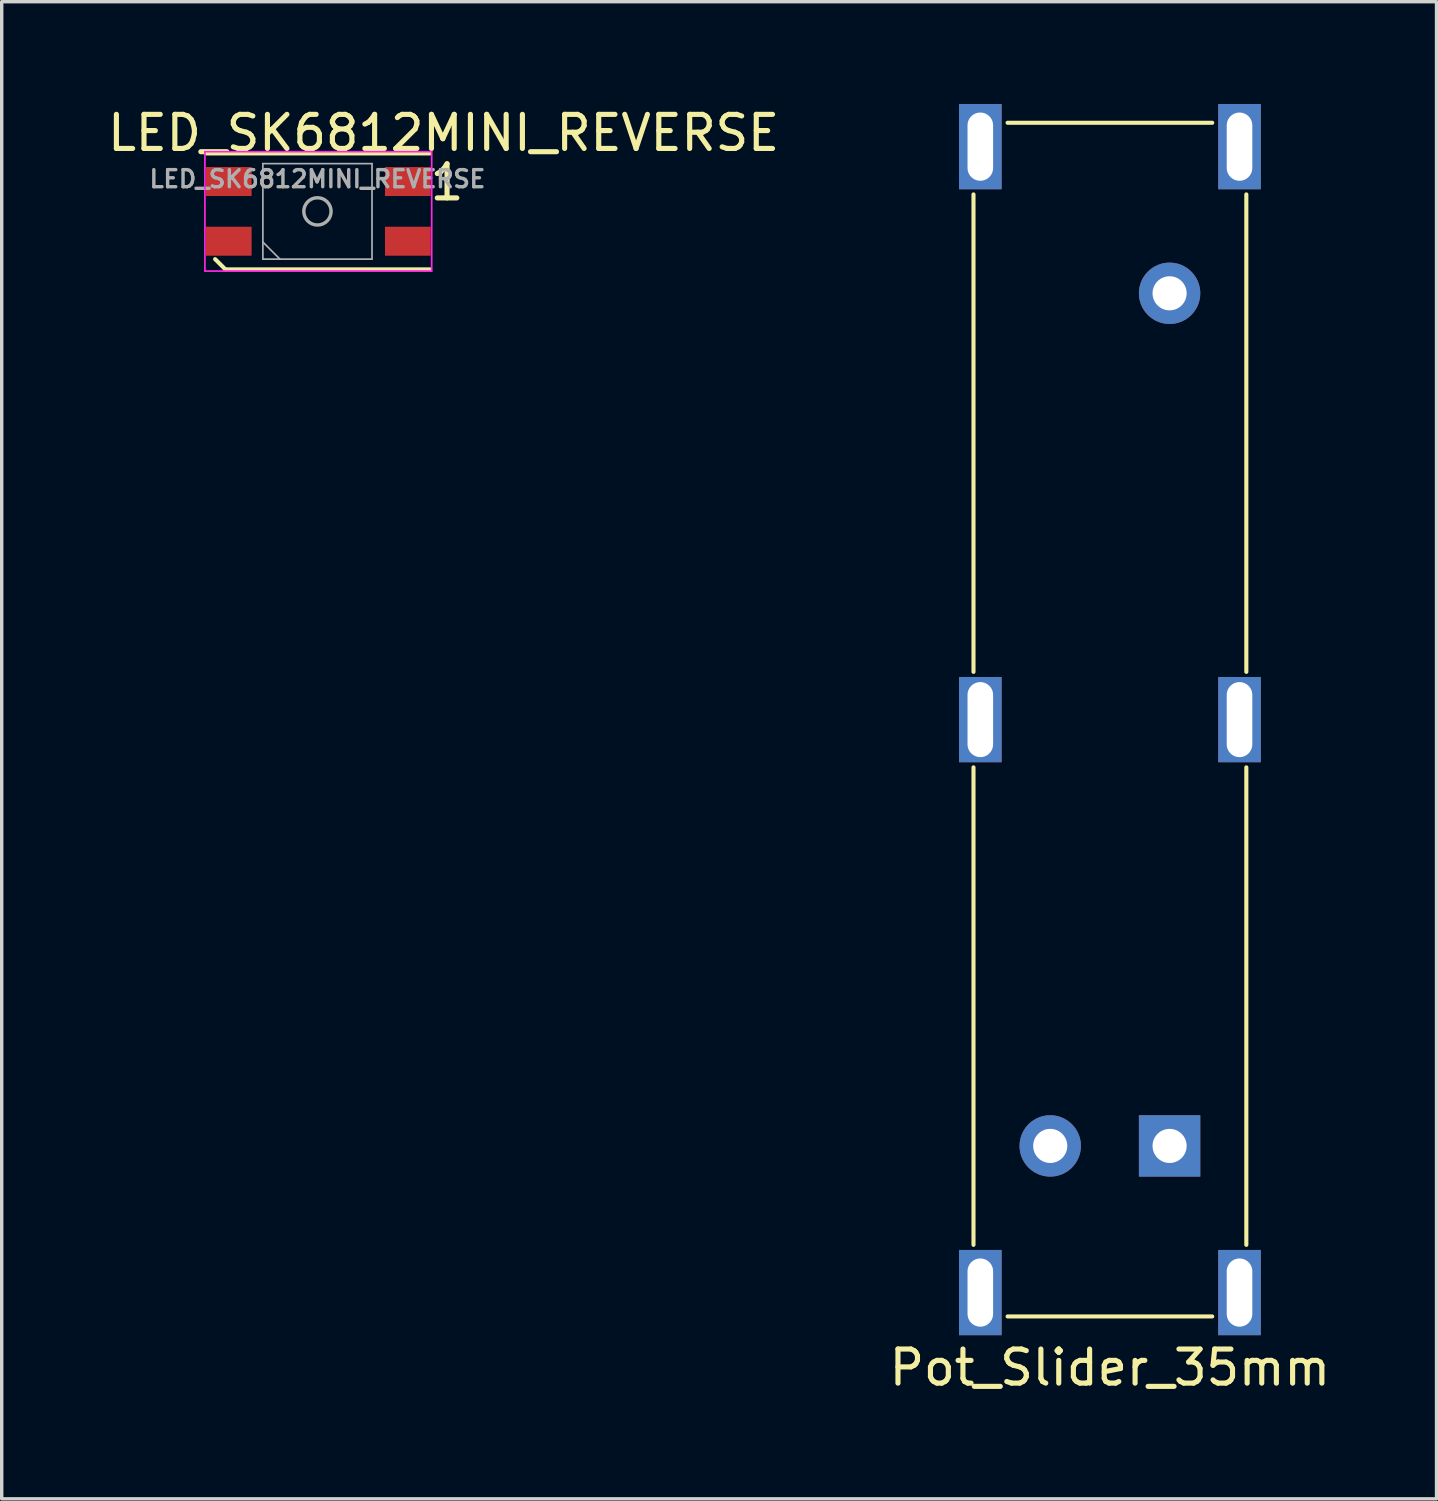
<source format=kicad_pcb>
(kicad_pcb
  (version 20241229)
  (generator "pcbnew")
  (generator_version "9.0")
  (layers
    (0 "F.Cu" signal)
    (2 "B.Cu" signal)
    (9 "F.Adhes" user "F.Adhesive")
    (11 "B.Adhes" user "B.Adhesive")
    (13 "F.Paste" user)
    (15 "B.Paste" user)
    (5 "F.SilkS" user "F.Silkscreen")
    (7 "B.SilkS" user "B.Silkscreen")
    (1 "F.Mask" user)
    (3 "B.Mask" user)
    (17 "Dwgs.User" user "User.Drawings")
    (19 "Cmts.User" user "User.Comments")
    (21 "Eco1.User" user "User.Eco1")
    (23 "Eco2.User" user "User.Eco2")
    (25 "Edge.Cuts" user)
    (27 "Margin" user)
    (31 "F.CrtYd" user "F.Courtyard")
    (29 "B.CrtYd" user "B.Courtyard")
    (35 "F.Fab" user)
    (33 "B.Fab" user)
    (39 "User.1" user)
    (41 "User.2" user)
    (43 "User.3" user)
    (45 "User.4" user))
  (footprint "LED_SK6812MINI_REVERSE"
    (layer "F.Cu")
    (at 6.258 3.148)
    (property "Reference" "LED_SK6812MINI_REVERSE" (at 3.7 -2.3 0) (layer "F.SilkS") (effects (font (size 1 1) (thickness 0.15))))
    (attr smd)
    (fp_line (start -3.25 -1.7) (end 3.3 -1.7) (stroke (width 0.12) (type solid)) (layer "F.SilkS"))
    (fp_line (start -3 1.4) (end -2.7 1.7) (stroke (width 0.12) (type solid)) (layer "F.SilkS"))
    (fp_line (start -2.7 1.7) (end 3.3 1.7) (stroke (width 0.12) (type solid)) (layer "F.SilkS"))
    (fp_line (start -3.3 -1.75) (end -3.3 1.75) (stroke (width 0.05) (type solid)) (layer "F.CrtYd"))
    (fp_line (start -3.3 1.75) (end 3.35 1.75) (stroke (width 0.05) (type solid)) (layer "F.CrtYd"))
    (fp_line (start 3.35 -1.75) (end -3.3 -1.75) (stroke (width 0.05) (type solid)) (layer "F.CrtYd"))
    (fp_line (start 3.35 1.75) (end 3.35 -1.75) (stroke (width 0.05) (type solid)) (layer "F.CrtYd"))
    (fp_line (start -1.6 -1.4) (end 1.6 -1.4) (stroke (width 0.05) (type solid)) (layer "F.Fab"))
    (fp_line (start -1.6 0.9) (end -1.1 1.4) (stroke (width 0.05) (type solid)) (layer "F.Fab"))
    (fp_line (start -1.6 1.4) (end -1.6 -1.4) (stroke (width 0.05) (type solid)) (layer "F.Fab"))
    (fp_line (start -1.6 1.4) (end 1.6 1.4) (stroke (width 0.05) (type solid)) (layer "F.Fab"))
    (fp_line (start 1.6 1.4) (end 1.6 -1.4) (stroke (width 0.05) (type solid)) (layer "F.Fab"))
    (fp_circle (center 0 0) (end 0.4 0) (stroke (width 0.1) (type solid)) (fill no) (layer "F.Fab"))
    (fp_text user "1" (at 3.8 -0.85 0) (layer "F.SilkS") (effects (font (size 1 1) (thickness 0.15))))
    (fp_text user "${REFERENCE}" (at 0 -0.95 0) (layer "F.Fab") (effects (font (size 0.5 0.5) (thickness 0.1))))
    (pad "1" smd rect (at 2.65 -0.875) (size 1.34 0.85) (layers "F.Cu" "F.Mask" "F.Paste"))
    (pad "2" smd rect (at 2.65 0.875) (size 1.34 0.85) (layers "F.Cu" "F.Mask" "F.Paste"))
    (pad "3" smd rect (at -2.6 0.875) (size 1.34 0.85) (layers "F.Cu" "F.Mask" "F.Paste"))
    (pad "4" smd rect (at -2.6 -0.875) (size 1.34 0.85) (layers "F.Cu" "F.Mask" "F.Paste")))
  (footprint "Pot_Slider_35mm"
    (layer "F.Cu")
    (at 29.494 18.05)
    (property "Reference" "Pot_Slider_35mm" (at 0 19 0) (layer "F.SilkS") (effects (font (size 1 1) (thickness 0.15))))
    (attr through_hole)
    (fp_line (start -4 -15.4) (end -4 -1.4) (stroke (width 0.12) (type solid)) (layer "F.SilkS"))
    (fp_line (start -4 1.4) (end -4 15.4) (stroke (width 0.12) (type solid)) (layer "F.SilkS"))
    (fp_line (start -3 -17.5) (end 3 -17.5) (stroke (width 0.12) (type solid)) (layer "F.SilkS"))
    (fp_line (start -3 17.5) (end 3 17.5) (stroke (width 0.12) (type solid)) (layer "F.SilkS"))
    (fp_line (start 4 -15.4) (end 4 -1.4) (stroke (width 0.12) (type solid)) (layer "F.SilkS"))
    (fp_line (start 4 1.4) (end 4 15.4) (stroke (width 0.12) (type solid)) (layer "F.SilkS"))
    (pad "" thru_hole rect (at -3.8 -16.8) (size 1.25 2.5) (drill oval 0.75 2) (layers "*.Cu" "*.Mask"))
    (pad "" thru_hole rect (at -3.8 0) (size 1.25 2.5) (drill oval 0.75 2.2) (layers "*.Cu" "*.Mask"))
    (pad "" thru_hole rect (at -3.8 16.8) (size 1.25 2.5) (drill oval 0.75 2) (layers "*.Cu" "*.Mask"))
    (pad "" thru_hole rect (at 3.8 -16.8) (size 1.25 2.5) (drill oval 0.75 2) (layers "*.Cu" "*.Mask"))
    (pad "" thru_hole rect (at 3.8 0) (size 1.25 2.5) (drill oval 0.75 2.2) (layers "*.Cu" "*.Mask"))
    (pad "" thru_hole rect (at 3.8 16.8) (size 1.25 2.5) (drill oval 0.75 2) (layers "*.Cu" "*.Mask"))
    (pad "1" thru_hole rect (at 1.75 12.5) (size 1.8 1.8) (drill 1) (layers "*.Cu" "*.Mask"))
    (pad "2" thru_hole circle (at -1.75 12.5) (size 1.8 1.8) (drill 1) (layers "*.Cu" "*.Mask"))
    (pad "3" thru_hole circle (at 1.75 -12.5) (size 1.8 1.8) (drill 1) (layers "*.Cu" "*.Mask")))
  (gr_rect
    (start -3 -3)
    (end 39.071 40.898)
    (stroke (width 0.1) (type default))
    (fill no)
    (layer "Edge.Cuts")))
</source>
